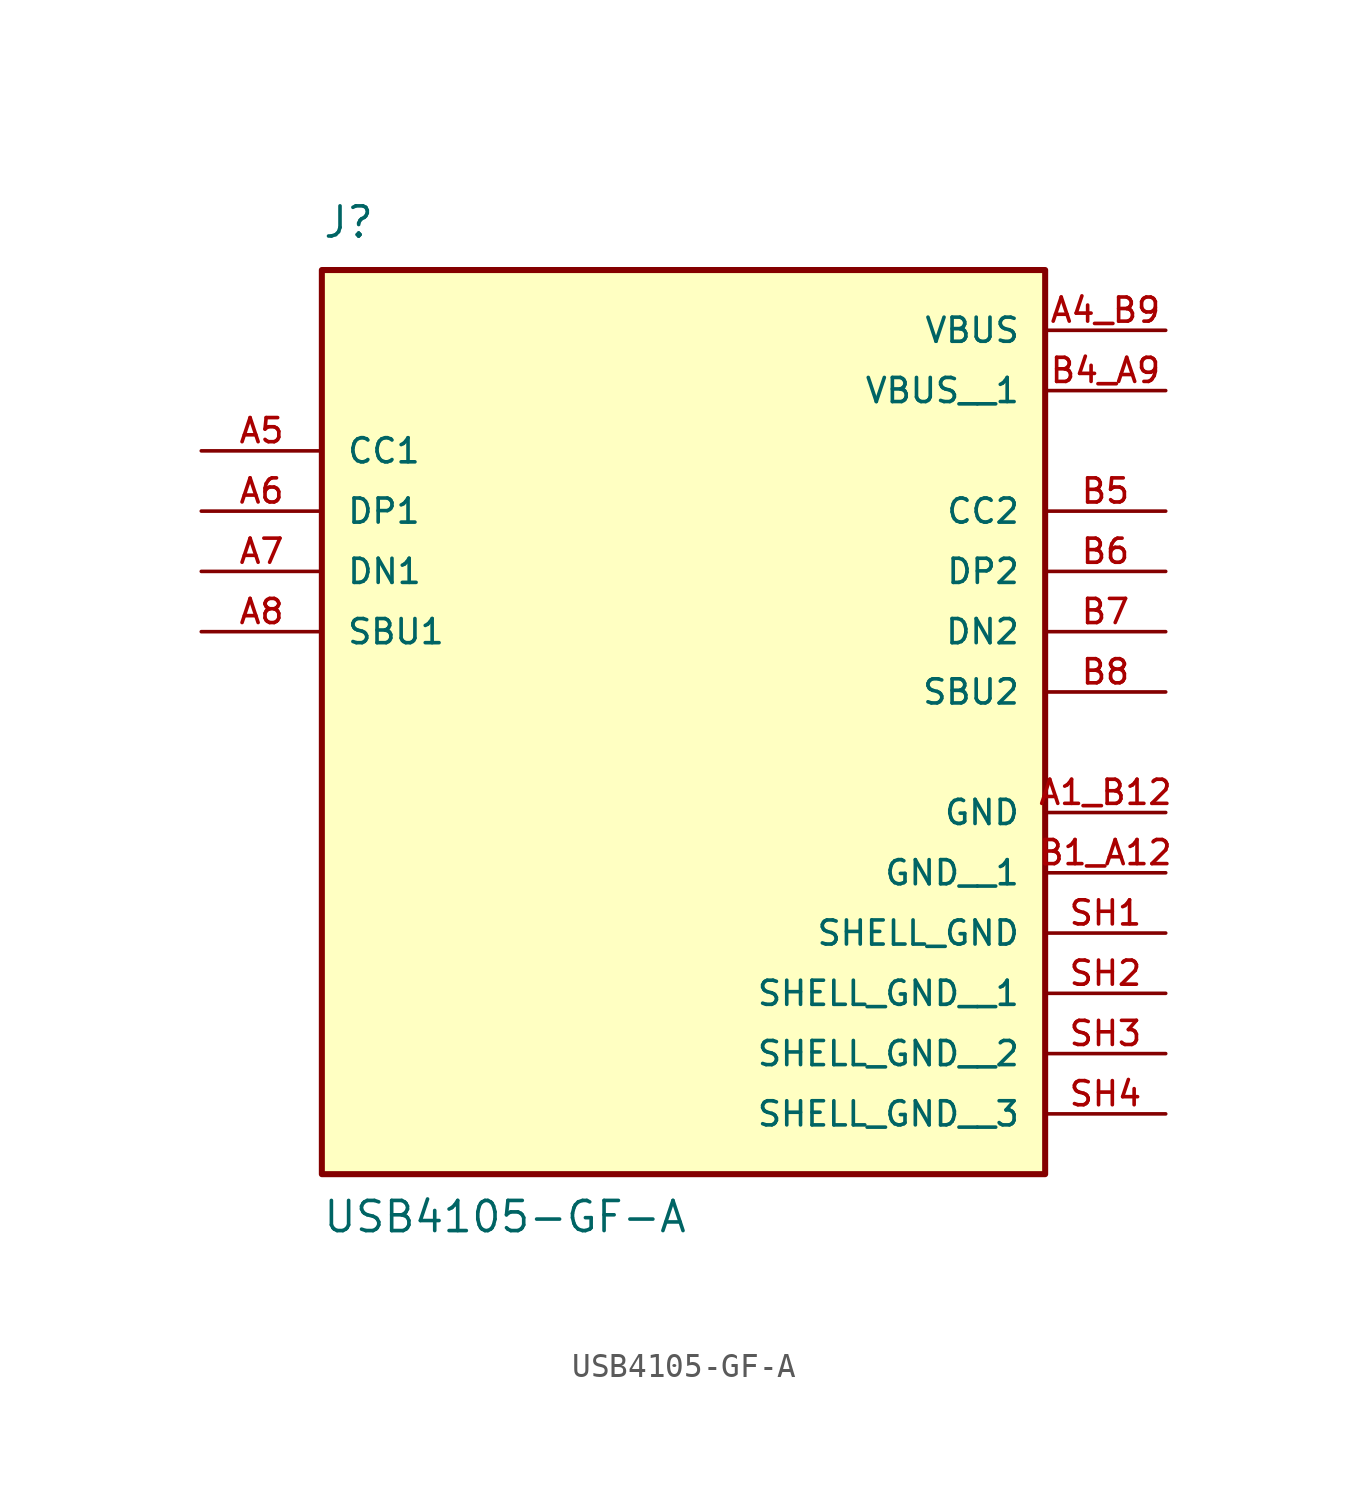
<source format=kicad_sym>
(kicad_symbol_lib
  (version 20211014)
  (generator kicad_symbol_editor)
  (symbol "USB4105-GF-A"
    (pin_names
      (offset 1.016))
    (property "Reference" "J"
      (at -15.24 13.97 0)
      (effects (font (size 1.27 1.27)) (justify bottom left)))
    (property "Value" "USB4105-GF-A"
      (at -15.24 -27.94 0)
      (effects (font (size 1.27 1.27)) (justify bottom left)))
    (symbol "USB4105-GF-A_0_0"
      (rectangle (start -15.24 -25.4) (end 15.24 12.7) (stroke (width 0.254)) (fill (type background)))
      (pin bidirectional line (at -20.32 5.08 0) (length 5.08) (name "CC1" (effects (font (size 1.016 1.016)))) (number "A5" (effects (font (size 1.016 1.016)))))
      (pin bidirectional line (at -20.32 2.54 0) (length 5.08) (name "DP1" (effects (font (size 1.016 1.016)))) (number "A6" (effects (font (size 1.016 1.016)))))
      (pin bidirectional line (at -20.32 0.0 0) (length 5.08) (name "DN1" (effects (font (size 1.016 1.016)))) (number "A7" (effects (font (size 1.016 1.016)))))
      (pin bidirectional line (at -20.32 -2.54 0) (length 5.08) (name "SBU1" (effects (font (size 1.016 1.016)))) (number "A8" (effects (font (size 1.016 1.016)))))
      (pin power_in line (at 20.32 10.16 180.0) (length 5.08) (name "VBUS" (effects (font (size 1.016 1.016)))) (number "A4_B9" (effects (font (size 1.016 1.016)))))
      (pin bidirectional line (at 20.32 2.54 180.0) (length 5.08) (name "CC2" (effects (font (size 1.016 1.016)))) (number "B5" (effects (font (size 1.016 1.016)))))
      (pin bidirectional line (at 20.32 0.0 180.0) (length 5.08) (name "DP2" (effects (font (size 1.016 1.016)))) (number "B6" (effects (font (size 1.016 1.016)))))
      (pin bidirectional line (at 20.32 -2.54 180.0) (length 5.08) (name "DN2" (effects (font (size 1.016 1.016)))) (number "B7" (effects (font (size 1.016 1.016)))))
      (pin bidirectional line (at 20.32 -5.08 180.0) (length 5.08) (name "SBU2" (effects (font (size 1.016 1.016)))) (number "B8" (effects (font (size 1.016 1.016)))))
      (pin power_in line (at 20.32 -10.16 180.0) (length 5.08) (name "GND" (effects (font (size 1.016 1.016)))) (number "A1_B12" (effects (font (size 1.016 1.016)))))
      (pin power_in line (at 20.32 -15.24 180.0) (length 5.08) (name "SHELL_GND" (effects (font (size 1.016 1.016)))) (number "SH1" (effects (font (size 1.016 1.016)))))
      (pin power_in line (at 20.32 7.62 180.0) (length 5.08) (name "VBUS__1" (effects (font (size 1.016 1.016)))) (number "B4_A9" (effects (font (size 1.016 1.016)))))
      (pin power_in line (at 20.32 -12.7 180.0) (length 5.08) (name "GND__1" (effects (font (size 1.016 1.016)))) (number "B1_A12" (effects (font (size 1.016 1.016)))))
      (pin power_in line (at 20.32 -17.78 180.0) (length 5.08) (name "SHELL_GND__1" (effects (font (size 1.016 1.016)))) (number "SH2" (effects (font (size 1.016 1.016)))))
      (pin power_in line (at 20.32 -20.32 180.0) (length 5.08) (name "SHELL_GND__2" (effects (font (size 1.016 1.016)))) (number "SH3" (effects (font (size 1.016 1.016)))))
      (pin power_in line (at 20.32 -22.86 180.0) (length 5.08) (name "SHELL_GND__3" (effects (font (size 1.016 1.016)))) (number "SH4" (effects (font (size 1.016 1.016))))))))
</source>
